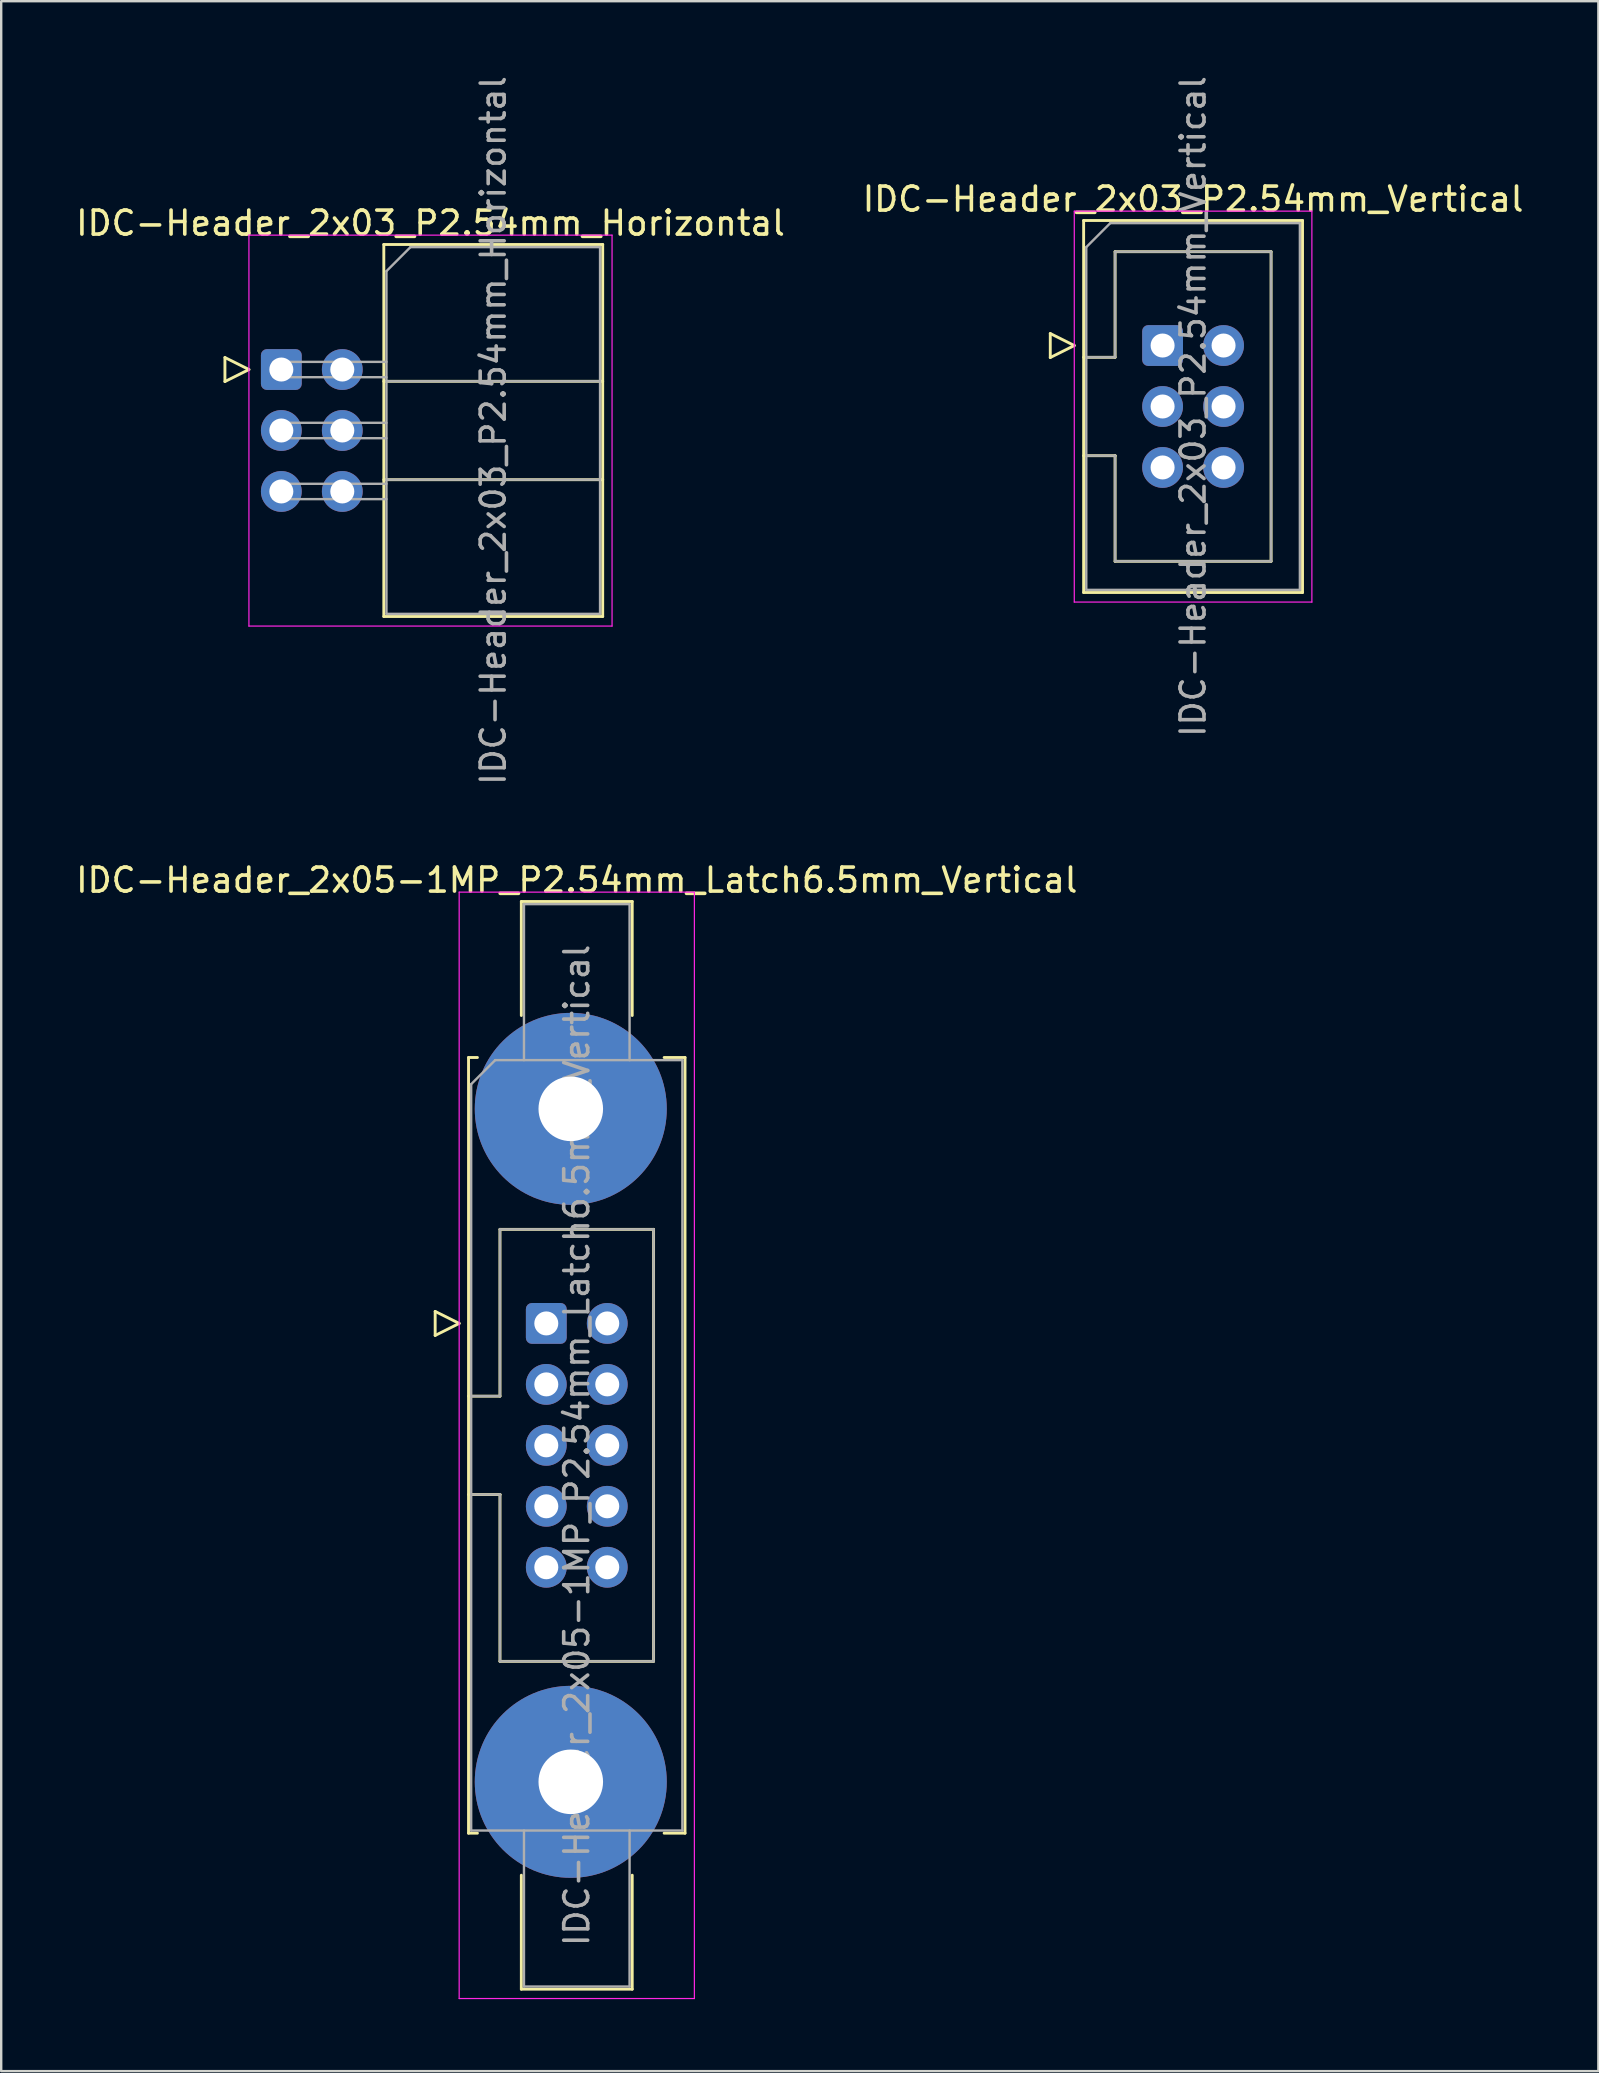
<source format=kicad_pcb>
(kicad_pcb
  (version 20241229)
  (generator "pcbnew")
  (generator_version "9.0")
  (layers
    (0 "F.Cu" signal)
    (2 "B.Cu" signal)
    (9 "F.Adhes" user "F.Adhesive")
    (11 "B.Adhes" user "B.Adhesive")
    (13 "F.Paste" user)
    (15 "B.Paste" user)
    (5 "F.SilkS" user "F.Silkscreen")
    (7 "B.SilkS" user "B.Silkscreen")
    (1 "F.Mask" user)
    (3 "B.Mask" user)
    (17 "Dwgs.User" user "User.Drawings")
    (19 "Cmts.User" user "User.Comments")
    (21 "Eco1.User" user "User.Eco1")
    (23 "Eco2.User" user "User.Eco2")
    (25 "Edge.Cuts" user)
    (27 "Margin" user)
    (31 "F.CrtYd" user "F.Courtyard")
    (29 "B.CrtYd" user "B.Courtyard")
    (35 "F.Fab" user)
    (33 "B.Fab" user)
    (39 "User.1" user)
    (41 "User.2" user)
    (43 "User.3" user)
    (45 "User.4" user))
  (footprint "IDC-Header_2x05-1MP_P2.54mm_Latch6.5mm_Vertical"
    (layer "F.Cu")
    (at 19.712 52.092)
    (property "Reference" "IDC-Header_2x05-1MP_P2.54mm_Latch6.5mm_Vertical" (at 1.27 -18.47 0) (layer "F.SilkS") (effects (font (size 1 1) (thickness 0.15))))
    (attr through_hole)
    (fp_line (start -4.63 -0.5) (end -4.63 0.5) (stroke (width 0.12) (type solid)) (layer "F.SilkS"))
    (fp_line (start -4.63 0.5) (end -3.63 0) (stroke (width 0.12) (type solid)) (layer "F.SilkS"))
    (fp_line (start -3.63 0) (end -4.63 -0.5) (stroke (width 0.12) (type solid)) (layer "F.SilkS"))
    (fp_line (start -3.24 -11.08) (end -3.24 21.24) (stroke (width 0.12) (type solid)) (layer "F.SilkS"))
    (fp_line (start -3.24 3.03) (end -1.93 3.03) (stroke (width 0.12) (type solid)) (layer "F.SilkS"))
    (fp_line (start -3.24 21.24) (end -2.87 21.24) (stroke (width 0.12) (type solid)) (layer "F.SilkS"))
    (fp_line (start -2.87 -11.08) (end -3.24 -11.08) (stroke (width 0.12) (type solid)) (layer "F.SilkS"))
    (fp_line (start -1.93 -3.92) (end 4.47 -3.92) (stroke (width 0.12) (type solid)) (layer "F.SilkS"))
    (fp_line (start -1.93 3.03) (end -1.93 -3.92) (stroke (width 0.12) (type solid)) (layer "F.SilkS"))
    (fp_line (start -1.93 7.13) (end -3.24 7.13) (stroke (width 0.12) (type solid)) (layer "F.SilkS"))
    (fp_line (start -1.93 7.13) (end -1.93 7.13) (stroke (width 0.12) (type solid)) (layer "F.SilkS"))
    (fp_line (start -1.93 14.08) (end -1.93 7.13) (stroke (width 0.12) (type solid)) (layer "F.SilkS"))
    (fp_line (start -1.04 -17.58) (end 3.58 -17.58) (stroke (width 0.12) (type solid)) (layer "F.SilkS"))
    (fp_line (start -1.04 -12.83) (end -1.04 -17.58) (stroke (width 0.12) (type solid)) (layer "F.SilkS"))
    (fp_line (start -1.04 22.99) (end -1.04 27.74) (stroke (width 0.12) (type solid)) (layer "F.SilkS"))
    (fp_line (start -1.04 27.74) (end 3.58 27.74) (stroke (width 0.12) (type solid)) (layer "F.SilkS"))
    (fp_line (start 3.58 -17.58) (end 3.58 -12.83) (stroke (width 0.12) (type solid)) (layer "F.SilkS"))
    (fp_line (start 3.58 27.74) (end 3.58 22.99) (stroke (width 0.12) (type solid)) (layer "F.SilkS"))
    (fp_line (start 4.47 -3.92) (end 4.47 14.08) (stroke (width 0.12) (type solid)) (layer "F.SilkS"))
    (fp_line (start 4.47 14.08) (end -1.93 14.08) (stroke (width 0.12) (type solid)) (layer "F.SilkS"))
    (fp_line (start 4.91 -11.08) (end 5.78 -11.08) (stroke (width 0.12) (type solid)) (layer "F.SilkS"))
    (fp_line (start 5.78 -11.08) (end 5.78 21.24) (stroke (width 0.12) (type solid)) (layer "F.SilkS"))
    (fp_line (start 5.78 21.24) (end 4.91 21.24) (stroke (width 0.12) (type solid)) (layer "F.SilkS"))
    (fp_line (start -3.63 -17.97) (end -3.63 28.13) (stroke (width 0.05) (type solid)) (layer "F.CrtYd"))
    (fp_line (start -3.63 28.13) (end 6.17 28.13) (stroke (width 0.05) (type solid)) (layer "F.CrtYd"))
    (fp_line (start 6.17 -17.97) (end -3.63 -17.97) (stroke (width 0.05) (type solid)) (layer "F.CrtYd"))
    (fp_line (start 6.17 28.13) (end 6.17 -17.97) (stroke (width 0.05) (type solid)) (layer "F.CrtYd"))
    (fp_line (start -3.13 -9.97) (end -2.13 -10.97) (stroke (width 0.1) (type solid)) (layer "F.Fab"))
    (fp_line (start -3.13 3.03) (end -1.93 3.03) (stroke (width 0.1) (type solid)) (layer "F.Fab"))
    (fp_line (start -3.13 21.13) (end -3.13 -9.97) (stroke (width 0.1) (type solid)) (layer "F.Fab"))
    (fp_line (start -2.13 -10.97) (end 5.67 -10.97) (stroke (width 0.1) (type solid)) (layer "F.Fab"))
    (fp_line (start -1.93 -3.92) (end 4.47 -3.92) (stroke (width 0.1) (type solid)) (layer "F.Fab"))
    (fp_line (start -1.93 3.03) (end -1.93 -3.92) (stroke (width 0.1) (type solid)) (layer "F.Fab"))
    (fp_line (start -1.93 7.13) (end -3.13 7.13) (stroke (width 0.1) (type solid)) (layer "F.Fab"))
    (fp_line (start -1.93 7.13) (end -1.93 7.13) (stroke (width 0.1) (type solid)) (layer "F.Fab"))
    (fp_line (start -1.93 14.08) (end -1.93 7.13) (stroke (width 0.1) (type solid)) (layer "F.Fab"))
    (fp_line (start -0.93 -17.47) (end 3.47 -17.47) (stroke (width 0.1) (type solid)) (layer "F.Fab"))
    (fp_line (start -0.93 -10.97) (end -0.93 -17.47) (stroke (width 0.1) (type solid)) (layer "F.Fab"))
    (fp_line (start -0.93 21.13) (end -0.93 27.63) (stroke (width 0.1) (type solid)) (layer "F.Fab"))
    (fp_line (start -0.93 27.63) (end 3.47 27.63) (stroke (width 0.1) (type solid)) (layer "F.Fab"))
    (fp_line (start 3.47 -17.47) (end 3.47 -10.97) (stroke (width 0.1) (type solid)) (layer "F.Fab"))
    (fp_line (start 3.47 27.63) (end 3.47 21.13) (stroke (width 0.1) (type solid)) (layer "F.Fab"))
    (fp_line (start 4.47 -3.92) (end 4.47 14.08) (stroke (width 0.1) (type solid)) (layer "F.Fab"))
    (fp_line (start 4.47 14.08) (end -1.93 14.08) (stroke (width 0.1) (type solid)) (layer "F.Fab"))
    (fp_line (start 5.67 -10.97) (end 5.67 21.13) (stroke (width 0.1) (type solid)) (layer "F.Fab"))
    (fp_line (start 5.67 21.13) (end -3.13 21.13) (stroke (width 0.1) (type solid)) (layer "F.Fab"))
    (fp_text user "${REFERENCE}" (at 1.27 5.08 90) (layer "F.Fab") (effects (font (size 1 1) (thickness 0.15))))
    (pad "1" thru_hole roundrect (at 0 0) (size 1.7 1.7) (drill 1) (layers "*.Cu" "*.Mask") (roundrect_rratio 0.147))
    (pad "2" thru_hole circle (at 2.54 0) (size 1.7 1.7) (drill 1) (layers "*.Cu" "*.Mask"))
    (pad "3" thru_hole circle (at 0 2.54) (size 1.7 1.7) (drill 1) (layers "*.Cu" "*.Mask"))
    (pad "4" thru_hole circle (at 2.54 2.54) (size 1.7 1.7) (drill 1) (layers "*.Cu" "*.Mask"))
    (pad "5" thru_hole circle (at 0 5.08) (size 1.7 1.7) (drill 1) (layers "*.Cu" "*.Mask"))
    (pad "6" thru_hole circle (at 2.54 5.08) (size 1.7 1.7) (drill 1) (layers "*.Cu" "*.Mask"))
    (pad "7" thru_hole circle (at 0 7.62) (size 1.7 1.7) (drill 1) (layers "*.Cu" "*.Mask"))
    (pad "8" thru_hole circle (at 2.54 7.62) (size 1.7 1.7) (drill 1) (layers "*.Cu" "*.Mask"))
    (pad "9" thru_hole circle (at 0 10.16) (size 1.7 1.7) (drill 1) (layers "*.Cu" "*.Mask"))
    (pad "10" thru_hole circle (at 2.54 10.16) (size 1.7 1.7) (drill 1) (layers "*.Cu" "*.Mask"))
    (pad "MP" thru_hole circle (at 1.02 -8.94) (size 8 8) (drill 2.69) (layers "*.Cu" "*.Mask"))
    (pad "MP" thru_hole circle (at 1.02 19.1) (size 8 8) (drill 2.69) (layers "*.Cu" "*.Mask")))
  (footprint "IDC-Header_2x03_P2.54mm_Horizontal"
    (layer "F.Cu")
    (at 8.672 12.347)
    (property "Reference" "IDC-Header_2x03_P2.54mm_Horizontal" (at 6.215 -6.1 0) (layer "F.SilkS") (effects (font (size 1 1) (thickness 0.15))))
    (attr through_hole)
    (fp_line (start -2.35 -0.5) (end -2.35 0.5) (stroke (width 0.12) (type solid)) (layer "F.SilkS"))
    (fp_line (start -2.35 0.5) (end -1.35 0) (stroke (width 0.12) (type solid)) (layer "F.SilkS"))
    (fp_line (start -1.35 0) (end -2.35 -0.5) (stroke (width 0.12) (type solid)) (layer "F.SilkS"))
    (fp_line (start 4.27 -5.21) (end 13.39 -5.21) (stroke (width 0.12) (type solid)) (layer "F.SilkS"))
    (fp_line (start 4.27 0.49) (end 13.39 0.49) (stroke (width 0.12) (type solid)) (layer "F.SilkS"))
    (fp_line (start 4.27 4.59) (end 13.39 4.59) (stroke (width 0.12) (type solid)) (layer "F.SilkS"))
    (fp_line (start 4.27 10.29) (end 4.27 -5.21) (stroke (width 0.12) (type solid)) (layer "F.SilkS"))
    (fp_line (start 13.39 -5.21) (end 13.39 10.29) (stroke (width 0.12) (type solid)) (layer "F.SilkS"))
    (fp_line (start 13.39 10.29) (end 4.27 10.29) (stroke (width 0.12) (type solid)) (layer "F.SilkS"))
    (fp_line (start -1.35 -5.6) (end -1.35 10.69) (stroke (width 0.05) (type solid)) (layer "F.CrtYd"))
    (fp_line (start -1.35 10.69) (end 13.78 10.69) (stroke (width 0.05) (type solid)) (layer "F.CrtYd"))
    (fp_line (start 13.78 -5.6) (end -1.35 -5.6) (stroke (width 0.05) (type solid)) (layer "F.CrtYd"))
    (fp_line (start 13.78 10.69) (end 13.78 -5.6) (stroke (width 0.05) (type solid)) (layer "F.CrtYd"))
    (fp_line (start -0.32 -0.32) (end -0.32 0.32) (stroke (width 0.1) (type solid)) (layer "F.Fab"))
    (fp_line (start -0.32 0.32) (end 4.38 0.32) (stroke (width 0.1) (type solid)) (layer "F.Fab"))
    (fp_line (start -0.32 2.22) (end -0.32 2.86) (stroke (width 0.1) (type solid)) (layer "F.Fab"))
    (fp_line (start -0.32 2.86) (end 4.38 2.86) (stroke (width 0.1) (type solid)) (layer "F.Fab"))
    (fp_line (start -0.32 4.76) (end -0.32 5.4) (stroke (width 0.1) (type solid)) (layer "F.Fab"))
    (fp_line (start -0.32 5.4) (end 4.38 5.4) (stroke (width 0.1) (type solid)) (layer "F.Fab"))
    (fp_line (start 4.38 -4.1) (end 5.38 -5.1) (stroke (width 0.1) (type solid)) (layer "F.Fab"))
    (fp_line (start 4.38 -0.32) (end -0.32 -0.32) (stroke (width 0.1) (type solid)) (layer "F.Fab"))
    (fp_line (start 4.38 0.49) (end 13.28 0.49) (stroke (width 0.1) (type solid)) (layer "F.Fab"))
    (fp_line (start 4.38 2.22) (end -0.32 2.22) (stroke (width 0.1) (type solid)) (layer "F.Fab"))
    (fp_line (start 4.38 4.59) (end 13.28 4.59) (stroke (width 0.1) (type solid)) (layer "F.Fab"))
    (fp_line (start 4.38 4.76) (end -0.32 4.76) (stroke (width 0.1) (type solid)) (layer "F.Fab"))
    (fp_line (start 4.38 10.18) (end 4.38 -4.1) (stroke (width 0.1) (type solid)) (layer "F.Fab"))
    (fp_line (start 5.38 -5.1) (end 13.28 -5.1) (stroke (width 0.1) (type solid)) (layer "F.Fab"))
    (fp_line (start 13.28 -5.1) (end 13.28 10.18) (stroke (width 0.1) (type solid)) (layer "F.Fab"))
    (fp_line (start 13.28 10.18) (end 4.38 10.18) (stroke (width 0.1) (type solid)) (layer "F.Fab"))
    (fp_text user "${REFERENCE}" (at 8.83 2.54 90) (layer "F.Fab") (effects (font (size 1 1) (thickness 0.15))))
    (pad "1" thru_hole roundrect (at 0 0) (size 1.7 1.7) (drill 1) (layers "*.Cu" "*.Mask") (roundrect_rratio 0.147))
    (pad "2" thru_hole circle (at 2.54 0) (size 1.7 1.7) (drill 1) (layers "*.Cu" "*.Mask"))
    (pad "3" thru_hole circle (at 0 2.54) (size 1.7 1.7) (drill 1) (layers "*.Cu" "*.Mask"))
    (pad "4" thru_hole circle (at 2.54 2.54) (size 1.7 1.7) (drill 1) (layers "*.Cu" "*.Mask"))
    (pad "5" thru_hole circle (at 0 5.08) (size 1.7 1.7) (drill 1) (layers "*.Cu" "*.Mask"))
    (pad "6" thru_hole circle (at 2.54 5.08) (size 1.7 1.7) (drill 1) (layers "*.Cu" "*.Mask")))
  (footprint "IDC-Header_2x03_P2.54mm_Vertical"
    (layer "F.Cu")
    (at 45.391 11.347)
    (property "Reference" "IDC-Header_2x03_P2.54mm_Vertical" (at 1.27 -6.1 0) (layer "F.SilkS") (effects (font (size 1 1) (thickness 0.15))))
    (attr through_hole)
    (fp_line (start -4.68 -0.5) (end -4.68 0.5) (stroke (width 0.12) (type solid)) (layer "F.SilkS"))
    (fp_line (start -4.68 0.5) (end -3.68 0) (stroke (width 0.12) (type solid)) (layer "F.SilkS"))
    (fp_line (start -3.68 0) (end -4.68 -0.5) (stroke (width 0.12) (type solid)) (layer "F.SilkS"))
    (fp_line (start -3.29 -5.21) (end 5.83 -5.21) (stroke (width 0.12) (type solid)) (layer "F.SilkS"))
    (fp_line (start -3.29 0.49) (end -1.98 0.49) (stroke (width 0.12) (type solid)) (layer "F.SilkS"))
    (fp_line (start -3.29 10.29) (end -3.29 -5.21) (stroke (width 0.12) (type solid)) (layer "F.SilkS"))
    (fp_line (start -1.98 -3.91) (end 4.52 -3.91) (stroke (width 0.12) (type solid)) (layer "F.SilkS"))
    (fp_line (start -1.98 0.49) (end -1.98 -3.91) (stroke (width 0.12) (type solid)) (layer "F.SilkS"))
    (fp_line (start -1.98 4.59) (end -3.29 4.59) (stroke (width 0.12) (type solid)) (layer "F.SilkS"))
    (fp_line (start -1.98 4.59) (end -1.98 4.59) (stroke (width 0.12) (type solid)) (layer "F.SilkS"))
    (fp_line (start -1.98 8.99) (end -1.98 4.59) (stroke (width 0.12) (type solid)) (layer "F.SilkS"))
    (fp_line (start 4.52 -3.91) (end 4.52 8.99) (stroke (width 0.12) (type solid)) (layer "F.SilkS"))
    (fp_line (start 4.52 8.99) (end -1.98 8.99) (stroke (width 0.12) (type solid)) (layer "F.SilkS"))
    (fp_line (start 5.83 -5.21) (end 5.83 10.29) (stroke (width 0.12) (type solid)) (layer "F.SilkS"))
    (fp_line (start 5.83 10.29) (end -3.29 10.29) (stroke (width 0.12) (type solid)) (layer "F.SilkS"))
    (fp_line (start -3.68 -5.6) (end -3.68 10.69) (stroke (width 0.05) (type solid)) (layer "F.CrtYd"))
    (fp_line (start -3.68 10.69) (end 6.22 10.69) (stroke (width 0.05) (type solid)) (layer "F.CrtYd"))
    (fp_line (start 6.22 -5.6) (end -3.68 -5.6) (stroke (width 0.05) (type solid)) (layer "F.CrtYd"))
    (fp_line (start 6.22 10.69) (end 6.22 -5.6) (stroke (width 0.05) (type solid)) (layer "F.CrtYd"))
    (fp_line (start -3.18 -4.1) (end -2.18 -5.1) (stroke (width 0.1) (type solid)) (layer "F.Fab"))
    (fp_line (start -3.18 0.49) (end -1.98 0.49) (stroke (width 0.1) (type solid)) (layer "F.Fab"))
    (fp_line (start -3.18 10.18) (end -3.18 -4.1) (stroke (width 0.1) (type solid)) (layer "F.Fab"))
    (fp_line (start -2.18 -5.1) (end 5.72 -5.1) (stroke (width 0.1) (type solid)) (layer "F.Fab"))
    (fp_line (start -1.98 -3.91) (end 4.52 -3.91) (stroke (width 0.1) (type solid)) (layer "F.Fab"))
    (fp_line (start -1.98 0.49) (end -1.98 -3.91) (stroke (width 0.1) (type solid)) (layer "F.Fab"))
    (fp_line (start -1.98 4.59) (end -3.18 4.59) (stroke (width 0.1) (type solid)) (layer "F.Fab"))
    (fp_line (start -1.98 4.59) (end -1.98 4.59) (stroke (width 0.1) (type solid)) (layer "F.Fab"))
    (fp_line (start -1.98 8.99) (end -1.98 4.59) (stroke (width 0.1) (type solid)) (layer "F.Fab"))
    (fp_line (start 4.52 -3.91) (end 4.52 8.99) (stroke (width 0.1) (type solid)) (layer "F.Fab"))
    (fp_line (start 4.52 8.99) (end -1.98 8.99) (stroke (width 0.1) (type solid)) (layer "F.Fab"))
    (fp_line (start 5.72 -5.1) (end 5.72 10.18) (stroke (width 0.1) (type solid)) (layer "F.Fab"))
    (fp_line (start 5.72 10.18) (end -3.18 10.18) (stroke (width 0.1) (type solid)) (layer "F.Fab"))
    (fp_text user "${REFERENCE}" (at 1.27 2.54 90) (layer "F.Fab") (effects (font (size 1 1) (thickness 0.15))))
    (pad "1" thru_hole roundrect (at 0 0) (size 1.7 1.7) (drill 1) (layers "*.Cu" "*.Mask") (roundrect_rratio 0.147))
    (pad "2" thru_hole circle (at 2.54 0) (size 1.7 1.7) (drill 1) (layers "*.Cu" "*.Mask"))
    (pad "3" thru_hole circle (at 0 2.54) (size 1.7 1.7) (drill 1) (layers "*.Cu" "*.Mask"))
    (pad "4" thru_hole circle (at 2.54 2.54) (size 1.7 1.7) (drill 1) (layers "*.Cu" "*.Mask"))
    (pad "5" thru_hole circle (at 0 5.08) (size 1.7 1.7) (drill 1) (layers "*.Cu" "*.Mask"))
    (pad "6" thru_hole circle (at 2.54 5.08) (size 1.7 1.7) (drill 1) (layers "*.Cu" "*.Mask")))
  (gr_rect
    (start -3 -3)
    (end 63.548 83.247)
    (stroke (width 0.1) (type default))
    (fill no)
    (layer "Edge.Cuts")))
</source>
